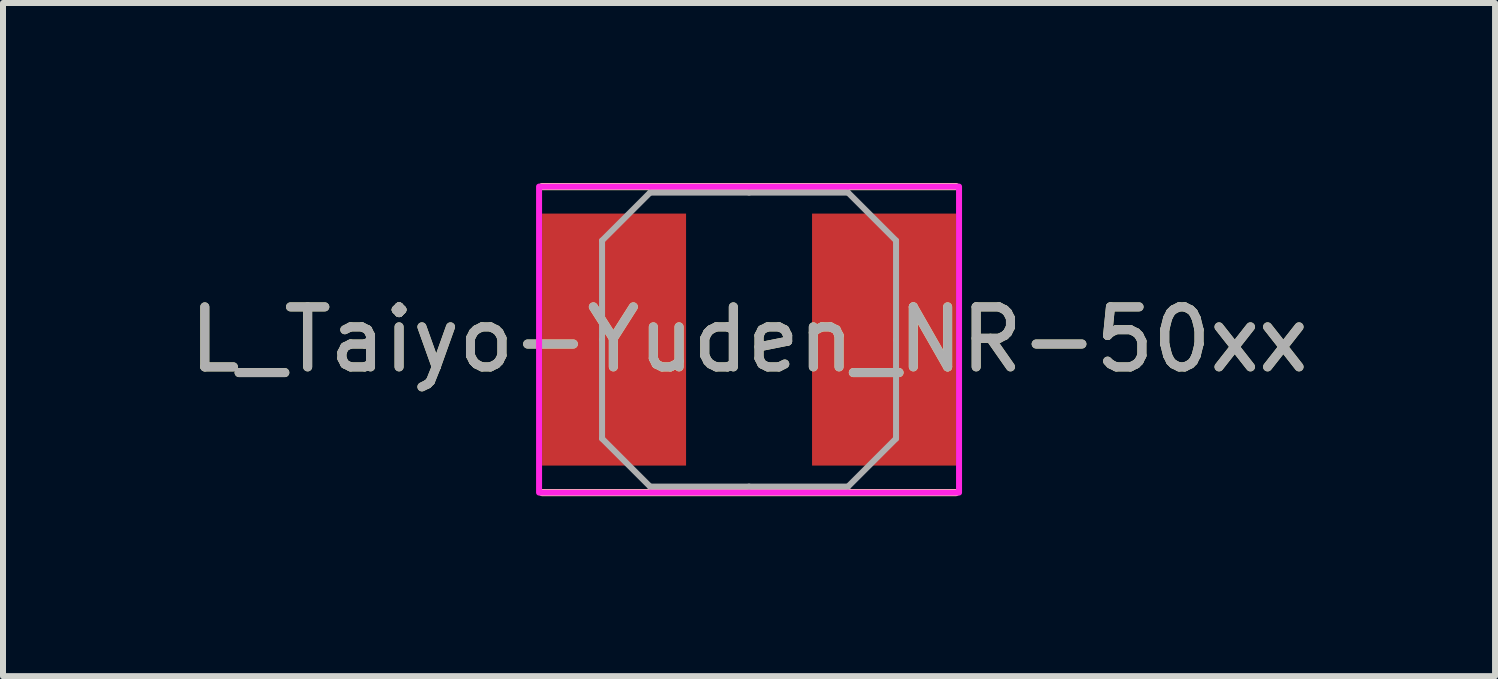
<source format=kicad_pcb>
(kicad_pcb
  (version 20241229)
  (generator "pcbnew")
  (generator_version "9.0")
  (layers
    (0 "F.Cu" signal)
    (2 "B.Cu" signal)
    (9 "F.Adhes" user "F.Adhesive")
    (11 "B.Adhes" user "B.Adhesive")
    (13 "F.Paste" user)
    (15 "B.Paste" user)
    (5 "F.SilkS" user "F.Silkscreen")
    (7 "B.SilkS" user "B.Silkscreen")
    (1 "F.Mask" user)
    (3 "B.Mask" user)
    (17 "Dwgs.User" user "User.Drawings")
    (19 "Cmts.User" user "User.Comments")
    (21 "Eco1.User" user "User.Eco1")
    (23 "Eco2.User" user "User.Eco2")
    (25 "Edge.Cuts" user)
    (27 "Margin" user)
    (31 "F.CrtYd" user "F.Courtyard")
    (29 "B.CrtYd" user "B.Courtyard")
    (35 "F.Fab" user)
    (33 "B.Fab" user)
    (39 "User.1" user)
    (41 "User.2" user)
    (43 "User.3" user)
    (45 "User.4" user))
  (footprint "L_Taiyo-Yuden_NR-50xx"
    (layer "F.Cu")
    (at 9.435 2.61)
    (property "Reference" "L_Taiyo-Yuden_NR-50xx" (at 0 0 0) (layer "F.SilkS") (effects (font (size 1 1) (thickness 0.15))))
    (attr smd)
    (fp_line (start -3.45 -2.55) (end 3.45 -2.55) (stroke (width 0.12) (type solid)) (layer "F.SilkS"))
    (fp_line (start -3.45 2.55) (end 3.45 2.55) (stroke (width 0.12) (type solid)) (layer "F.SilkS"))
    (fp_rect (start -3.5 -2.55) (end 3.5 2.55) (stroke (width 0.1) (type default)) (fill no) (layer "F.CrtYd"))
    (fp_line (start -2.45 -1.65) (end -1.65 -2.45) (stroke (width 0.1) (type solid)) (layer "F.Fab"))
    (fp_line (start -2.45 0) (end -2.45 -1.65) (stroke (width 0.1) (type solid)) (layer "F.Fab"))
    (fp_line (start -2.45 0) (end -2.45 1.65) (stroke (width 0.1) (type solid)) (layer "F.Fab"))
    (fp_line (start -2.45 1.65) (end -1.65 2.45) (stroke (width 0.1) (type solid)) (layer "F.Fab"))
    (fp_line (start -1.65 -2.45) (end 0 -2.45) (stroke (width 0.1) (type solid)) (layer "F.Fab"))
    (fp_line (start -1.65 2.45) (end 0 2.45) (stroke (width 0.1) (type solid)) (layer "F.Fab"))
    (fp_line (start 1.65 -2.45) (end 0 -2.45) (stroke (width 0.1) (type solid)) (layer "F.Fab"))
    (fp_line (start 1.65 2.45) (end 0 2.45) (stroke (width 0.1) (type solid)) (layer "F.Fab"))
    (fp_line (start 2.45 -1.65) (end 1.65 -2.45) (stroke (width 0.1) (type solid)) (layer "F.Fab"))
    (fp_line (start 2.45 0) (end 2.45 -1.65) (stroke (width 0.1) (type solid)) (layer "F.Fab"))
    (fp_line (start 2.45 0) (end 2.45 1.65) (stroke (width 0.1) (type solid)) (layer "F.Fab"))
    (fp_line (start 2.45 1.65) (end 1.65 2.45) (stroke (width 0.1) (type solid)) (layer "F.Fab"))
    (fp_text user "${REFERENCE}" (at 0 0 0) (layer "F.Fab") (effects (font (size 1 1) (thickness 0.15))))
    (pad "1" smd rect (at -2.25 0) (size 2.4 4.2) (layers "F.Cu" "F.Mask" "F.Paste"))
    (pad "2" smd rect (at 2.25 0) (size 2.4 4.2) (layers "F.Cu" "F.Mask" "F.Paste")))
  (gr_rect
    (start -3 -3)
    (end 21.869 8.22)
    (stroke (width 0.1) (type default))
    (fill no)
    (layer "Edge.Cuts")))
</source>
